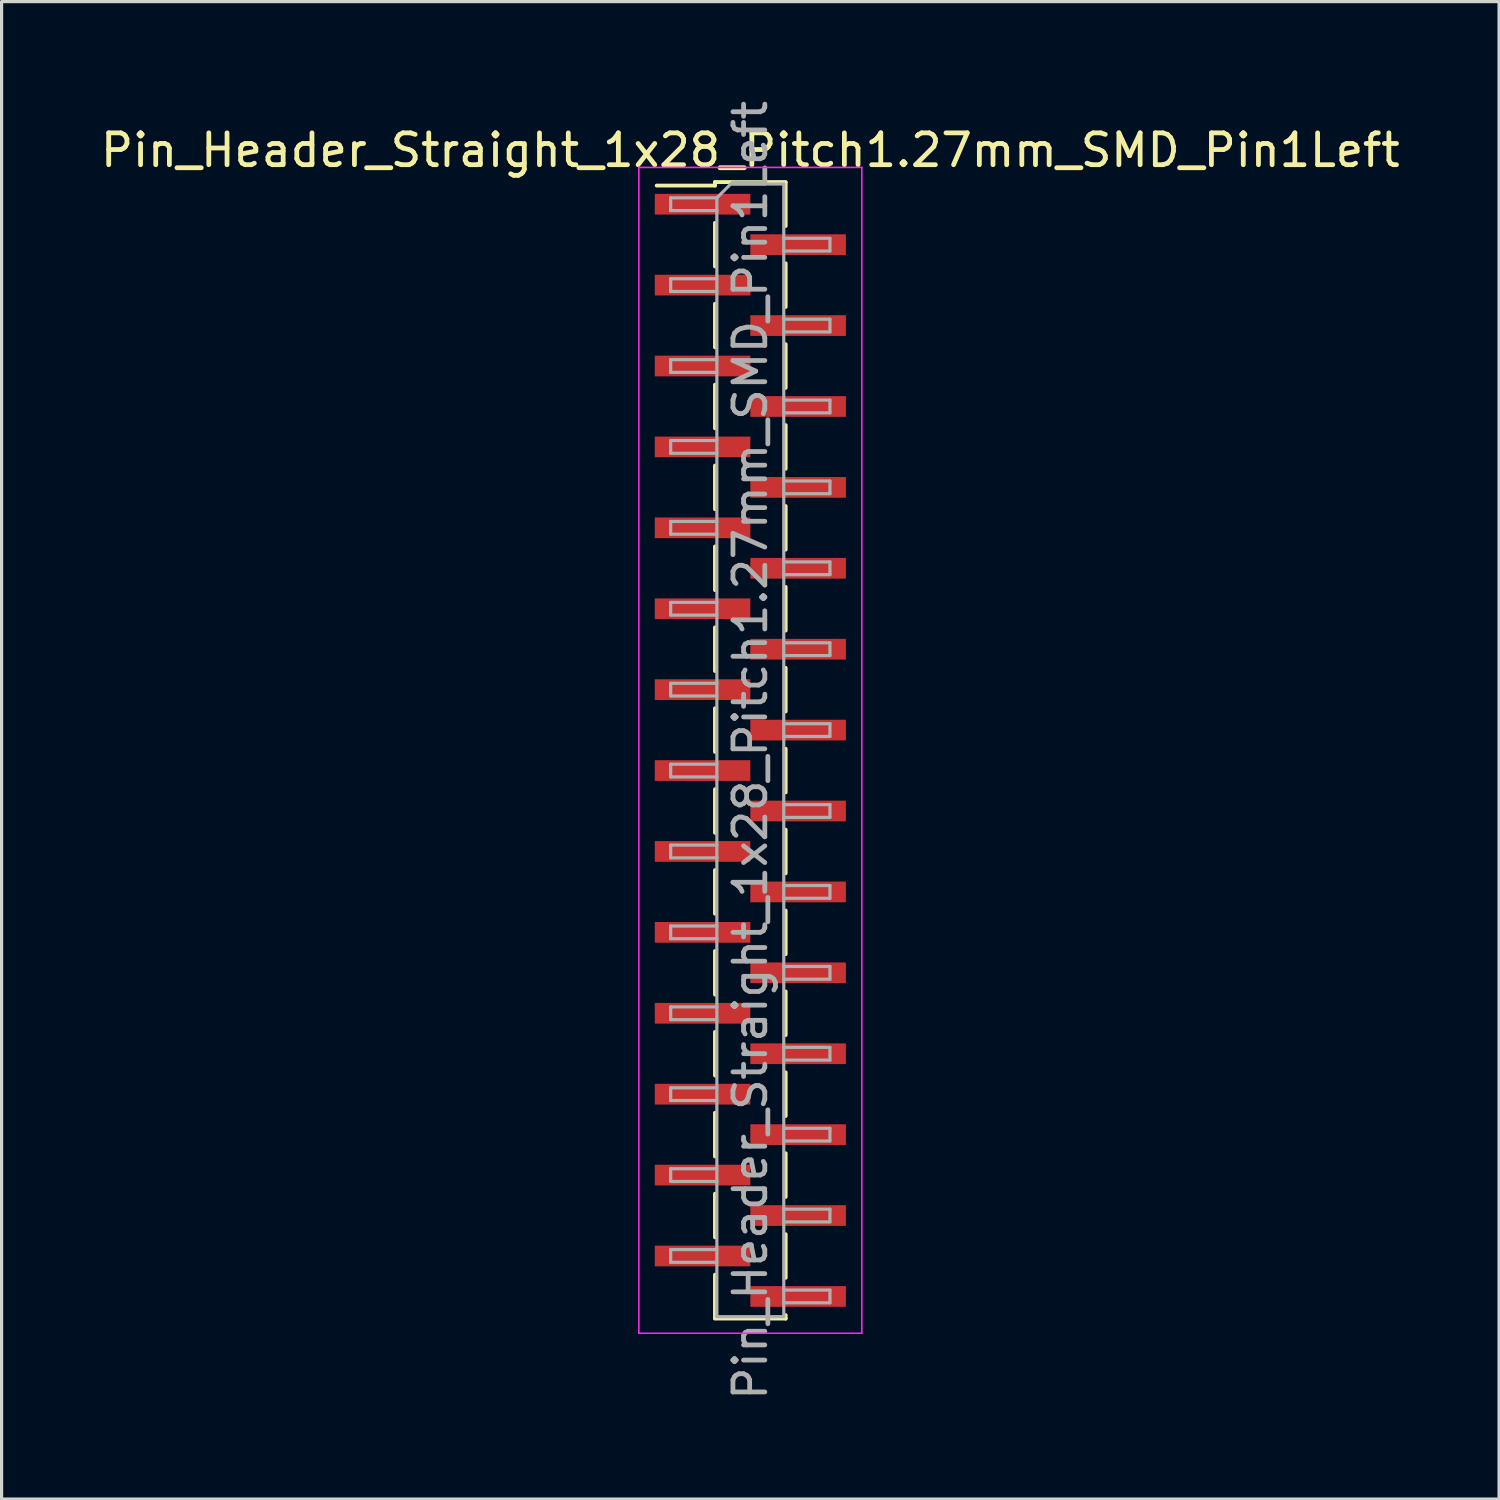
<source format=kicad_pcb>
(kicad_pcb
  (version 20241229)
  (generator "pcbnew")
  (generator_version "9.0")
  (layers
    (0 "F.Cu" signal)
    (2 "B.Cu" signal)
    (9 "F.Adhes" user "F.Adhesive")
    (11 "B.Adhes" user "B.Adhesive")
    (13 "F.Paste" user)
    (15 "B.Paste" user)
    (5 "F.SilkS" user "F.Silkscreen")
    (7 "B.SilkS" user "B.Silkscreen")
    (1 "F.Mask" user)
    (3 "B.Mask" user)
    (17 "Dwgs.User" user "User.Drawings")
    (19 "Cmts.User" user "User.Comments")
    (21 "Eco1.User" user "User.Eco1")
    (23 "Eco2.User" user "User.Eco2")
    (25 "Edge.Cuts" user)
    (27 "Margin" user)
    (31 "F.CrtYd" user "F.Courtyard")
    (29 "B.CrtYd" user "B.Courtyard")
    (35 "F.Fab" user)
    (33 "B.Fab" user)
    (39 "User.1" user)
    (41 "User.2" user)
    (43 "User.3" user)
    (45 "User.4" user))
  (footprint "Pin_Header_Straight_1x28_Pitch1.27mm_SMD_Pin1Left"
    (layer "F.Cu")
    (at 20.506 20.506)
    (property "Reference" "Pin_Header_Straight_1x28_Pitch1.27mm_SMD_Pin1Left" (at 0 -18.84 0) (layer "F.SilkS") (effects (font (size 1 1) (thickness 0.15))))
    (attr smd)
    (fp_line (start -1.11 -17.84) (end -1.11 -17.73) (stroke (width 0.12) (type solid)) (layer "F.SilkS"))
    (fp_line (start -1.11 -17.84) (end 1.11 -17.84) (stroke (width 0.12) (type solid)) (layer "F.SilkS"))
    (fp_line (start -1.11 -17.73) (end -2.94 -17.73) (stroke (width 0.12) (type solid)) (layer "F.SilkS"))
    (fp_line (start -1.11 -16.56) (end -1.11 -15.19) (stroke (width 0.12) (type solid)) (layer "F.SilkS"))
    (fp_line (start -1.11 -14.02) (end -1.11 -12.65) (stroke (width 0.12) (type solid)) (layer "F.SilkS"))
    (fp_line (start -1.11 -11.48) (end -1.11 -10.11) (stroke (width 0.12) (type solid)) (layer "F.SilkS"))
    (fp_line (start -1.11 -8.94) (end -1.11 -7.57) (stroke (width 0.12) (type solid)) (layer "F.SilkS"))
    (fp_line (start -1.11 -6.4) (end -1.11 -5.03) (stroke (width 0.12) (type solid)) (layer "F.SilkS"))
    (fp_line (start -1.11 -3.86) (end -1.11 -2.49) (stroke (width 0.12) (type solid)) (layer "F.SilkS"))
    (fp_line (start -1.11 -1.32) (end -1.11 0.05) (stroke (width 0.12) (type solid)) (layer "F.SilkS"))
    (fp_line (start -1.11 1.22) (end -1.11 2.59) (stroke (width 0.12) (type solid)) (layer "F.SilkS"))
    (fp_line (start -1.11 3.76) (end -1.11 5.13) (stroke (width 0.12) (type solid)) (layer "F.SilkS"))
    (fp_line (start -1.11 6.3) (end -1.11 7.67) (stroke (width 0.12) (type solid)) (layer "F.SilkS"))
    (fp_line (start -1.11 8.84) (end -1.11 10.21) (stroke (width 0.12) (type solid)) (layer "F.SilkS"))
    (fp_line (start -1.11 11.38) (end -1.11 12.75) (stroke (width 0.12) (type solid)) (layer "F.SilkS"))
    (fp_line (start -1.11 13.92) (end -1.11 15.29) (stroke (width 0.12) (type solid)) (layer "F.SilkS"))
    (fp_line (start -1.11 16.46) (end -1.11 17.83) (stroke (width 0.12) (type solid)) (layer "F.SilkS"))
    (fp_line (start -1.11 17.84) (end 1.11 17.84) (stroke (width 0.12) (type solid)) (layer "F.SilkS"))
    (fp_line (start 1.11 -17.83) (end 1.11 -16.46) (stroke (width 0.12) (type solid)) (layer "F.SilkS"))
    (fp_line (start 1.11 -15.29) (end 1.11 -13.92) (stroke (width 0.12) (type solid)) (layer "F.SilkS"))
    (fp_line (start 1.11 -12.75) (end 1.11 -11.38) (stroke (width 0.12) (type solid)) (layer "F.SilkS"))
    (fp_line (start 1.11 -10.21) (end 1.11 -8.84) (stroke (width 0.12) (type solid)) (layer "F.SilkS"))
    (fp_line (start 1.11 -7.67) (end 1.11 -6.3) (stroke (width 0.12) (type solid)) (layer "F.SilkS"))
    (fp_line (start 1.11 -5.13) (end 1.11 -3.76) (stroke (width 0.12) (type solid)) (layer "F.SilkS"))
    (fp_line (start 1.11 -2.59) (end 1.11 -1.22) (stroke (width 0.12) (type solid)) (layer "F.SilkS"))
    (fp_line (start 1.11 -0.05) (end 1.11 1.32) (stroke (width 0.12) (type solid)) (layer "F.SilkS"))
    (fp_line (start 1.11 2.49) (end 1.11 3.86) (stroke (width 0.12) (type solid)) (layer "F.SilkS"))
    (fp_line (start 1.11 5.03) (end 1.11 6.4) (stroke (width 0.12) (type solid)) (layer "F.SilkS"))
    (fp_line (start 1.11 7.57) (end 1.11 8.94) (stroke (width 0.12) (type solid)) (layer "F.SilkS"))
    (fp_line (start 1.11 10.11) (end 1.11 11.48) (stroke (width 0.12) (type solid)) (layer "F.SilkS"))
    (fp_line (start 1.11 12.65) (end 1.11 14.02) (stroke (width 0.12) (type solid)) (layer "F.SilkS"))
    (fp_line (start 1.11 15.19) (end 1.11 16.56) (stroke (width 0.12) (type solid)) (layer "F.SilkS"))
    (fp_line (start 1.11 17.73) (end 1.11 17.84) (stroke (width 0.12) (type solid)) (layer "F.SilkS"))
    (fp_line (start -3.5 -18.3) (end -3.5 18.3) (stroke (width 0.05) (type solid)) (layer "F.CrtYd"))
    (fp_line (start -3.5 18.3) (end 3.5 18.3) (stroke (width 0.05) (type solid)) (layer "F.CrtYd"))
    (fp_line (start 3.5 -18.3) (end -3.5 -18.3) (stroke (width 0.05) (type solid)) (layer "F.CrtYd"))
    (fp_line (start 3.5 18.3) (end 3.5 -18.3) (stroke (width 0.05) (type solid)) (layer "F.CrtYd"))
    (fp_line (start -2.5 -17.345) (end -2.5 -16.945) (stroke (width 0.1) (type solid)) (layer "F.Fab"))
    (fp_line (start -2.5 -16.945) (end -1.05 -16.945) (stroke (width 0.1) (type solid)) (layer "F.Fab"))
    (fp_line (start -2.5 -14.805) (end -2.5 -14.405) (stroke (width 0.1) (type solid)) (layer "F.Fab"))
    (fp_line (start -2.5 -14.405) (end -1.05 -14.405) (stroke (width 0.1) (type solid)) (layer "F.Fab"))
    (fp_line (start -2.5 -12.265) (end -2.5 -11.865) (stroke (width 0.1) (type solid)) (layer "F.Fab"))
    (fp_line (start -2.5 -11.865) (end -1.05 -11.865) (stroke (width 0.1) (type solid)) (layer "F.Fab"))
    (fp_line (start -2.5 -9.725) (end -2.5 -9.325) (stroke (width 0.1) (type solid)) (layer "F.Fab"))
    (fp_line (start -2.5 -9.325) (end -1.05 -9.325) (stroke (width 0.1) (type solid)) (layer "F.Fab"))
    (fp_line (start -2.5 -7.185) (end -2.5 -6.785) (stroke (width 0.1) (type solid)) (layer "F.Fab"))
    (fp_line (start -2.5 -6.785) (end -1.05 -6.785) (stroke (width 0.1) (type solid)) (layer "F.Fab"))
    (fp_line (start -2.5 -4.645) (end -2.5 -4.245) (stroke (width 0.1) (type solid)) (layer "F.Fab"))
    (fp_line (start -2.5 -4.245) (end -1.05 -4.245) (stroke (width 0.1) (type solid)) (layer "F.Fab"))
    (fp_line (start -2.5 -2.105) (end -2.5 -1.705) (stroke (width 0.1) (type solid)) (layer "F.Fab"))
    (fp_line (start -2.5 -1.705) (end -1.05 -1.705) (stroke (width 0.1) (type solid)) (layer "F.Fab"))
    (fp_line (start -2.5 0.435) (end -2.5 0.835) (stroke (width 0.1) (type solid)) (layer "F.Fab"))
    (fp_line (start -2.5 0.835) (end -1.05 0.835) (stroke (width 0.1) (type solid)) (layer "F.Fab"))
    (fp_line (start -2.5 2.975) (end -2.5 3.375) (stroke (width 0.1) (type solid)) (layer "F.Fab"))
    (fp_line (start -2.5 3.375) (end -1.05 3.375) (stroke (width 0.1) (type solid)) (layer "F.Fab"))
    (fp_line (start -2.5 5.515) (end -2.5 5.915) (stroke (width 0.1) (type solid)) (layer "F.Fab"))
    (fp_line (start -2.5 5.915) (end -1.05 5.915) (stroke (width 0.1) (type solid)) (layer "F.Fab"))
    (fp_line (start -2.5 8.055) (end -2.5 8.455) (stroke (width 0.1) (type solid)) (layer "F.Fab"))
    (fp_line (start -2.5 8.455) (end -1.05 8.455) (stroke (width 0.1) (type solid)) (layer "F.Fab"))
    (fp_line (start -2.5 10.595) (end -2.5 10.995) (stroke (width 0.1) (type solid)) (layer "F.Fab"))
    (fp_line (start -2.5 10.995) (end -1.05 10.995) (stroke (width 0.1) (type solid)) (layer "F.Fab"))
    (fp_line (start -2.5 13.135) (end -2.5 13.535) (stroke (width 0.1) (type solid)) (layer "F.Fab"))
    (fp_line (start -2.5 13.535) (end -1.05 13.535) (stroke (width 0.1) (type solid)) (layer "F.Fab"))
    (fp_line (start -2.5 15.675) (end -2.5 16.075) (stroke (width 0.1) (type solid)) (layer "F.Fab"))
    (fp_line (start -2.5 16.075) (end -1.05 16.075) (stroke (width 0.1) (type solid)) (layer "F.Fab"))
    (fp_line (start -1.05 -17.345) (end -2.5 -17.345) (stroke (width 0.1) (type solid)) (layer "F.Fab"))
    (fp_line (start -1.05 -17.345) (end -0.615 -17.78) (stroke (width 0.1) (type solid)) (layer "F.Fab"))
    (fp_line (start -1.05 -14.805) (end -2.5 -14.805) (stroke (width 0.1) (type solid)) (layer "F.Fab"))
    (fp_line (start -1.05 -12.265) (end -2.5 -12.265) (stroke (width 0.1) (type solid)) (layer "F.Fab"))
    (fp_line (start -1.05 -9.725) (end -2.5 -9.725) (stroke (width 0.1) (type solid)) (layer "F.Fab"))
    (fp_line (start -1.05 -7.185) (end -2.5 -7.185) (stroke (width 0.1) (type solid)) (layer "F.Fab"))
    (fp_line (start -1.05 -4.645) (end -2.5 -4.645) (stroke (width 0.1) (type solid)) (layer "F.Fab"))
    (fp_line (start -1.05 -2.105) (end -2.5 -2.105) (stroke (width 0.1) (type solid)) (layer "F.Fab"))
    (fp_line (start -1.05 0.435) (end -2.5 0.435) (stroke (width 0.1) (type solid)) (layer "F.Fab"))
    (fp_line (start -1.05 2.975) (end -2.5 2.975) (stroke (width 0.1) (type solid)) (layer "F.Fab"))
    (fp_line (start -1.05 5.515) (end -2.5 5.515) (stroke (width 0.1) (type solid)) (layer "F.Fab"))
    (fp_line (start -1.05 8.055) (end -2.5 8.055) (stroke (width 0.1) (type solid)) (layer "F.Fab"))
    (fp_line (start -1.05 10.595) (end -2.5 10.595) (stroke (width 0.1) (type solid)) (layer "F.Fab"))
    (fp_line (start -1.05 13.135) (end -2.5 13.135) (stroke (width 0.1) (type solid)) (layer "F.Fab"))
    (fp_line (start -1.05 15.675) (end -2.5 15.675) (stroke (width 0.1) (type solid)) (layer "F.Fab"))
    (fp_line (start -1.05 17.78) (end -1.05 -17.345) (stroke (width 0.1) (type solid)) (layer "F.Fab"))
    (fp_line (start -0.615 -17.78) (end 1.05 -17.78) (stroke (width 0.1) (type solid)) (layer "F.Fab"))
    (fp_line (start 1.05 -17.78) (end 1.05 17.78) (stroke (width 0.1) (type solid)) (layer "F.Fab"))
    (fp_line (start 1.05 -16.075) (end 2.5 -16.075) (stroke (width 0.1) (type solid)) (layer "F.Fab"))
    (fp_line (start 1.05 -13.535) (end 2.5 -13.535) (stroke (width 0.1) (type solid)) (layer "F.Fab"))
    (fp_line (start 1.05 -10.995) (end 2.5 -10.995) (stroke (width 0.1) (type solid)) (layer "F.Fab"))
    (fp_line (start 1.05 -8.455) (end 2.5 -8.455) (stroke (width 0.1) (type solid)) (layer "F.Fab"))
    (fp_line (start 1.05 -5.915) (end 2.5 -5.915) (stroke (width 0.1) (type solid)) (layer "F.Fab"))
    (fp_line (start 1.05 -3.375) (end 2.5 -3.375) (stroke (width 0.1) (type solid)) (layer "F.Fab"))
    (fp_line (start 1.05 -0.835) (end 2.5 -0.835) (stroke (width 0.1) (type solid)) (layer "F.Fab"))
    (fp_line (start 1.05 1.705) (end 2.5 1.705) (stroke (width 0.1) (type solid)) (layer "F.Fab"))
    (fp_line (start 1.05 4.245) (end 2.5 4.245) (stroke (width 0.1) (type solid)) (layer "F.Fab"))
    (fp_line (start 1.05 6.785) (end 2.5 6.785) (stroke (width 0.1) (type solid)) (layer "F.Fab"))
    (fp_line (start 1.05 9.325) (end 2.5 9.325) (stroke (width 0.1) (type solid)) (layer "F.Fab"))
    (fp_line (start 1.05 11.865) (end 2.5 11.865) (stroke (width 0.1) (type solid)) (layer "F.Fab"))
    (fp_line (start 1.05 14.405) (end 2.5 14.405) (stroke (width 0.1) (type solid)) (layer "F.Fab"))
    (fp_line (start 1.05 16.945) (end 2.5 16.945) (stroke (width 0.1) (type solid)) (layer "F.Fab"))
    (fp_line (start 1.05 17.78) (end -1.05 17.78) (stroke (width 0.1) (type solid)) (layer "F.Fab"))
    (fp_line (start 2.5 -16.075) (end 2.5 -15.675) (stroke (width 0.1) (type solid)) (layer "F.Fab"))
    (fp_line (start 2.5 -15.675) (end 1.05 -15.675) (stroke (width 0.1) (type solid)) (layer "F.Fab"))
    (fp_line (start 2.5 -13.535) (end 2.5 -13.135) (stroke (width 0.1) (type solid)) (layer "F.Fab"))
    (fp_line (start 2.5 -13.135) (end 1.05 -13.135) (stroke (width 0.1) (type solid)) (layer "F.Fab"))
    (fp_line (start 2.5 -10.995) (end 2.5 -10.595) (stroke (width 0.1) (type solid)) (layer "F.Fab"))
    (fp_line (start 2.5 -10.595) (end 1.05 -10.595) (stroke (width 0.1) (type solid)) (layer "F.Fab"))
    (fp_line (start 2.5 -8.455) (end 2.5 -8.055) (stroke (width 0.1) (type solid)) (layer "F.Fab"))
    (fp_line (start 2.5 -8.055) (end 1.05 -8.055) (stroke (width 0.1) (type solid)) (layer "F.Fab"))
    (fp_line (start 2.5 -5.915) (end 2.5 -5.515) (stroke (width 0.1) (type solid)) (layer "F.Fab"))
    (fp_line (start 2.5 -5.515) (end 1.05 -5.515) (stroke (width 0.1) (type solid)) (layer "F.Fab"))
    (fp_line (start 2.5 -3.375) (end 2.5 -2.975) (stroke (width 0.1) (type solid)) (layer "F.Fab"))
    (fp_line (start 2.5 -2.975) (end 1.05 -2.975) (stroke (width 0.1) (type solid)) (layer "F.Fab"))
    (fp_line (start 2.5 -0.835) (end 2.5 -0.435) (stroke (width 0.1) (type solid)) (layer "F.Fab"))
    (fp_line (start 2.5 -0.435) (end 1.05 -0.435) (stroke (width 0.1) (type solid)) (layer "F.Fab"))
    (fp_line (start 2.5 1.705) (end 2.5 2.105) (stroke (width 0.1) (type solid)) (layer "F.Fab"))
    (fp_line (start 2.5 2.105) (end 1.05 2.105) (stroke (width 0.1) (type solid)) (layer "F.Fab"))
    (fp_line (start 2.5 4.245) (end 2.5 4.645) (stroke (width 0.1) (type solid)) (layer "F.Fab"))
    (fp_line (start 2.5 4.645) (end 1.05 4.645) (stroke (width 0.1) (type solid)) (layer "F.Fab"))
    (fp_line (start 2.5 6.785) (end 2.5 7.185) (stroke (width 0.1) (type solid)) (layer "F.Fab"))
    (fp_line (start 2.5 7.185) (end 1.05 7.185) (stroke (width 0.1) (type solid)) (layer "F.Fab"))
    (fp_line (start 2.5 9.325) (end 2.5 9.725) (stroke (width 0.1) (type solid)) (layer "F.Fab"))
    (fp_line (start 2.5 9.725) (end 1.05 9.725) (stroke (width 0.1) (type solid)) (layer "F.Fab"))
    (fp_line (start 2.5 11.865) (end 2.5 12.265) (stroke (width 0.1) (type solid)) (layer "F.Fab"))
    (fp_line (start 2.5 12.265) (end 1.05 12.265) (stroke (width 0.1) (type solid)) (layer "F.Fab"))
    (fp_line (start 2.5 14.405) (end 2.5 14.805) (stroke (width 0.1) (type solid)) (layer "F.Fab"))
    (fp_line (start 2.5 14.805) (end 1.05 14.805) (stroke (width 0.1) (type solid)) (layer "F.Fab"))
    (fp_line (start 2.5 16.945) (end 2.5 17.345) (stroke (width 0.1) (type solid)) (layer "F.Fab"))
    (fp_line (start 2.5 17.345) (end 1.05 17.345) (stroke (width 0.1) (type solid)) (layer "F.Fab"))
    (fp_text user "${REFERENCE}" (at 0 0 90) (layer "F.Fab") (effects (font (size 1 1) (thickness 0.15))))
    (pad "1" smd rect (at -1.5 -17.145) (size 3 0.65) (layers "F.Cu" "F.Mask" "F.Paste"))
    (pad "2" smd rect (at 1.5 -15.875) (size 3 0.65) (layers "F.Cu" "F.Mask" "F.Paste"))
    (pad "3" smd rect (at -1.5 -14.605) (size 3 0.65) (layers "F.Cu" "F.Mask" "F.Paste"))
    (pad "4" smd rect (at 1.5 -13.335) (size 3 0.65) (layers "F.Cu" "F.Mask" "F.Paste"))
    (pad "5" smd rect (at -1.5 -12.065) (size 3 0.65) (layers "F.Cu" "F.Mask" "F.Paste"))
    (pad "6" smd rect (at 1.5 -10.795) (size 3 0.65) (layers "F.Cu" "F.Mask" "F.Paste"))
    (pad "7" smd rect (at -1.5 -9.525) (size 3 0.65) (layers "F.Cu" "F.Mask" "F.Paste"))
    (pad "8" smd rect (at 1.5 -8.255) (size 3 0.65) (layers "F.Cu" "F.Mask" "F.Paste"))
    (pad "9" smd rect (at -1.5 -6.985) (size 3 0.65) (layers "F.Cu" "F.Mask" "F.Paste"))
    (pad "10" smd rect (at 1.5 -5.715) (size 3 0.65) (layers "F.Cu" "F.Mask" "F.Paste"))
    (pad "11" smd rect (at -1.5 -4.445) (size 3 0.65) (layers "F.Cu" "F.Mask" "F.Paste"))
    (pad "12" smd rect (at 1.5 -3.175) (size 3 0.65) (layers "F.Cu" "F.Mask" "F.Paste"))
    (pad "13" smd rect (at -1.5 -1.905) (size 3 0.65) (layers "F.Cu" "F.Mask" "F.Paste"))
    (pad "14" smd rect (at 1.5 -0.635) (size 3 0.65) (layers "F.Cu" "F.Mask" "F.Paste"))
    (pad "15" smd rect (at -1.5 0.635) (size 3 0.65) (layers "F.Cu" "F.Mask" "F.Paste"))
    (pad "16" smd rect (at 1.5 1.905) (size 3 0.65) (layers "F.Cu" "F.Mask" "F.Paste"))
    (pad "17" smd rect (at -1.5 3.175) (size 3 0.65) (layers "F.Cu" "F.Mask" "F.Paste"))
    (pad "18" smd rect (at 1.5 4.445) (size 3 0.65) (layers "F.Cu" "F.Mask" "F.Paste"))
    (pad "19" smd rect (at -1.5 5.715) (size 3 0.65) (layers "F.Cu" "F.Mask" "F.Paste"))
    (pad "20" smd rect (at 1.5 6.985) (size 3 0.65) (layers "F.Cu" "F.Mask" "F.Paste"))
    (pad "21" smd rect (at -1.5 8.255) (size 3 0.65) (layers "F.Cu" "F.Mask" "F.Paste"))
    (pad "22" smd rect (at 1.5 9.525) (size 3 0.65) (layers "F.Cu" "F.Mask" "F.Paste"))
    (pad "23" smd rect (at -1.5 10.795) (size 3 0.65) (layers "F.Cu" "F.Mask" "F.Paste"))
    (pad "24" smd rect (at 1.5 12.065) (size 3 0.65) (layers "F.Cu" "F.Mask" "F.Paste"))
    (pad "25" smd rect (at -1.5 13.335) (size 3 0.65) (layers "F.Cu" "F.Mask" "F.Paste"))
    (pad "26" smd rect (at 1.5 14.605) (size 3 0.65) (layers "F.Cu" "F.Mask" "F.Paste"))
    (pad "27" smd rect (at -1.5 15.875) (size 3 0.65) (layers "F.Cu" "F.Mask" "F.Paste"))
    (pad "28" smd rect (at 1.5 17.145) (size 3 0.65) (layers "F.Cu" "F.Mask" "F.Paste")))
  (gr_rect
    (start -3 -3)
    (end 44.012 44.012)
    (stroke (width 0.1) (type default))
    (fill no)
    (layer "Edge.Cuts")))
</source>
